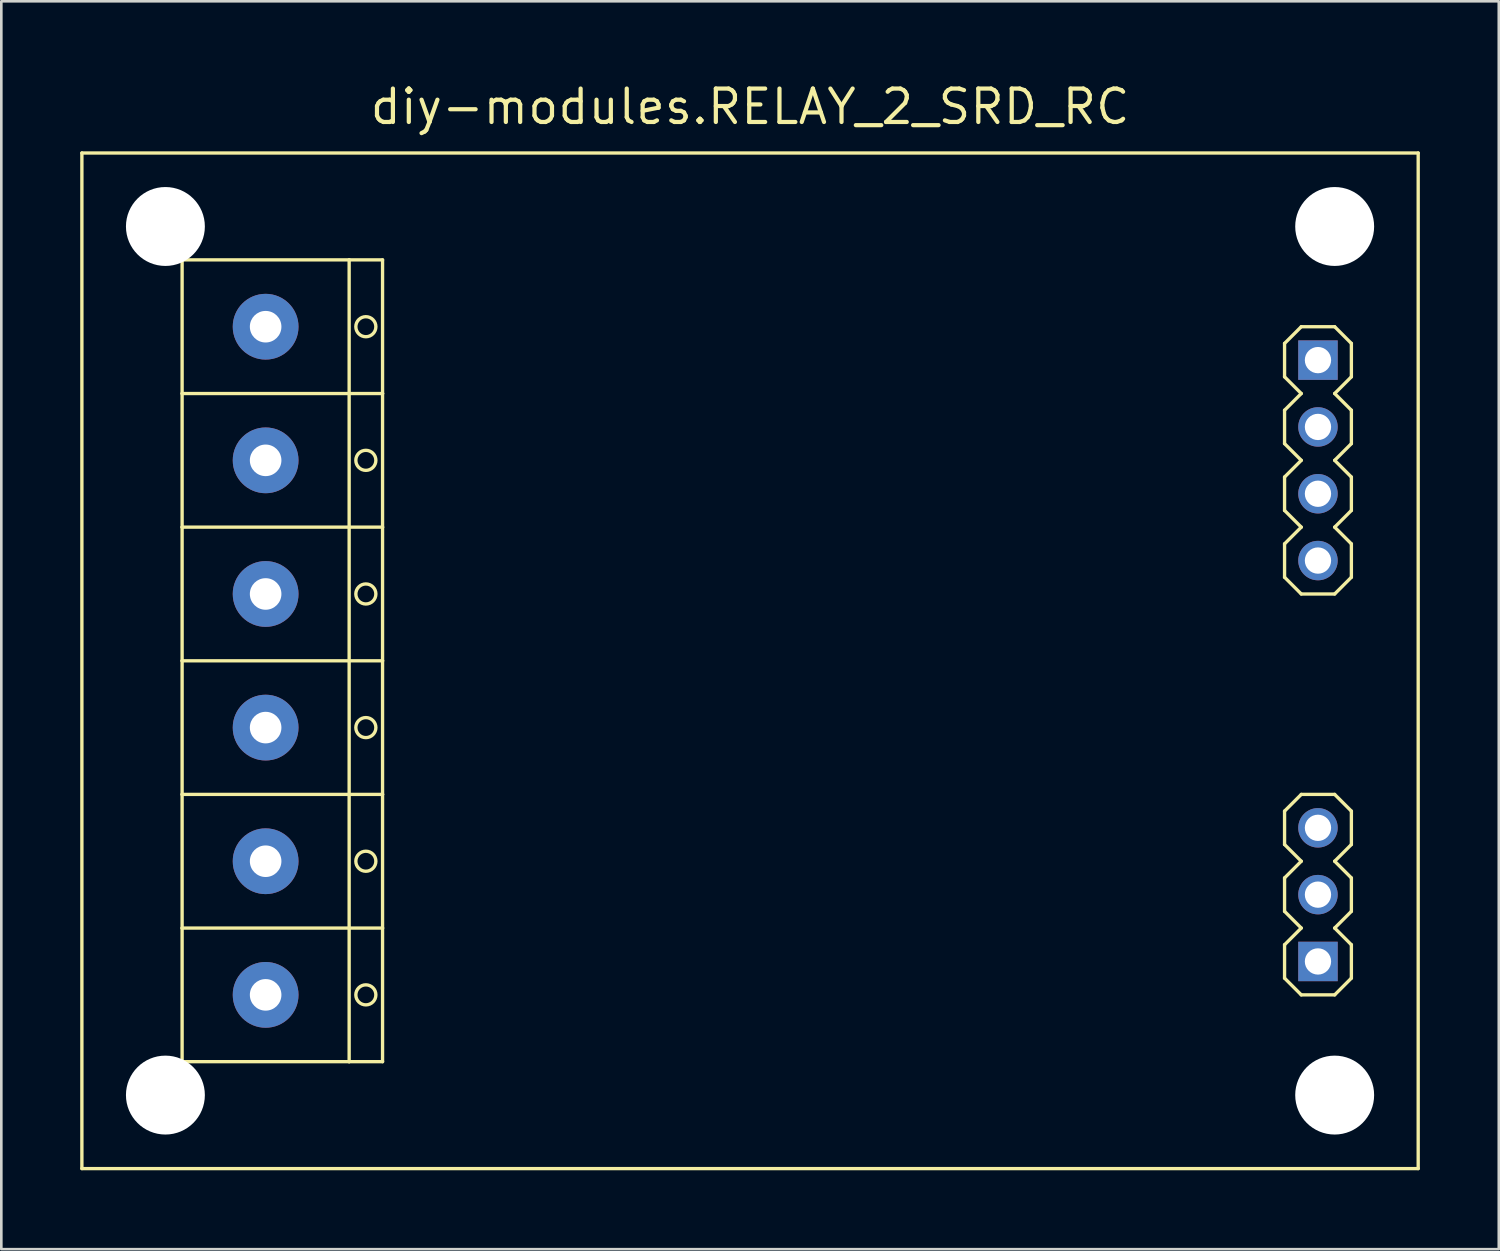
<source format=kicad_pcb>
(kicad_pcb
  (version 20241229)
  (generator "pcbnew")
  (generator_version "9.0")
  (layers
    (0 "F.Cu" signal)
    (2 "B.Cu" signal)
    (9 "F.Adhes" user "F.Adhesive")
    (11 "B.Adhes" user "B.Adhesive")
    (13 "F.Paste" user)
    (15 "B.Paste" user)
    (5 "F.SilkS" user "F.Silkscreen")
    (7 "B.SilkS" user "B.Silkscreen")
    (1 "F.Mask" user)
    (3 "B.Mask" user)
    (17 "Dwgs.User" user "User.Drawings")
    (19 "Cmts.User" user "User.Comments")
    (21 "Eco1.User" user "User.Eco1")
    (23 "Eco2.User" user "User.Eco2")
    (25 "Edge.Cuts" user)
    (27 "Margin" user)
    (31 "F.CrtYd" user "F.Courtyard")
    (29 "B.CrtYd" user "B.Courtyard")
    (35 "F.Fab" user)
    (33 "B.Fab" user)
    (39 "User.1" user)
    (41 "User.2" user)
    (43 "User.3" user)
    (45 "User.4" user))
  (footprint "diy-modules.RELAY_2_SRD_RC"
    (layer "F.Cu")
    (at 25.463 22.07)
    (property "Reference" "diy-modules.RELAY_2_SRD_RC" (at 0 -20.32 0) (layer "F.SilkS") (effects (font (size 1.27 1.27) (thickness 0.16)) (justify bottom)))
    (attr through_hole)
    (fp_line (start -25.4 -19.304) (end 25.4 -19.304) (stroke (width 0.127) (type default)) (layer "F.SilkS"))
    (fp_line (start -25.4 19.304) (end -25.4 -19.304) (stroke (width 0.127) (type default)) (layer "F.SilkS"))
    (fp_line (start -21.59 -15.24) (end -15.24 -15.24) (stroke (width 0.127) (type default)) (layer "F.SilkS"))
    (fp_line (start -21.59 -10.16) (end -21.59 -15.24) (stroke (width 0.127) (type default)) (layer "F.SilkS"))
    (fp_line (start -21.59 -5.08) (end -21.59 -10.16) (stroke (width 0.127) (type default)) (layer "F.SilkS"))
    (fp_line (start -21.59 -5.08) (end -21.59 0) (stroke (width 0.127) (type default)) (layer "F.SilkS"))
    (fp_line (start -21.59 0) (end -21.59 5.08) (stroke (width 0.127) (type default)) (layer "F.SilkS"))
    (fp_line (start -21.59 0) (end -13.97 0) (stroke (width 0.127) (type default)) (layer "F.SilkS"))
    (fp_line (start -21.59 5.08) (end -21.59 10.16) (stroke (width 0.127) (type default)) (layer "F.SilkS"))
    (fp_line (start -21.59 5.08) (end -13.97 5.08) (stroke (width 0.127) (type default)) (layer "F.SilkS"))
    (fp_line (start -21.59 10.16) (end -21.59 15.24) (stroke (width 0.127) (type default)) (layer "F.SilkS"))
    (fp_line (start -21.59 10.16) (end -13.97 10.16) (stroke (width 0.127) (type default)) (layer "F.SilkS"))
    (fp_line (start -21.59 15.24) (end -15.24 15.24) (stroke (width 0.127) (type default)) (layer "F.SilkS"))
    (fp_line (start -15.24 -15.24) (end -15.24 15.24) (stroke (width 0.127) (type default)) (layer "F.SilkS"))
    (fp_line (start -15.24 -15.24) (end -13.97 -15.24) (stroke (width 0.127) (type default)) (layer "F.SilkS"))
    (fp_line (start -15.24 15.24) (end -13.97 15.24) (stroke (width 0.127) (type default)) (layer "F.SilkS"))
    (fp_line (start -13.97 -15.24) (end -13.97 -10.16) (stroke (width 0.127) (type default)) (layer "F.SilkS"))
    (fp_line (start -13.97 -10.16) (end -21.59 -10.16) (stroke (width 0.127) (type default)) (layer "F.SilkS"))
    (fp_line (start -13.97 -10.16) (end -13.97 -5.08) (stroke (width 0.127) (type default)) (layer "F.SilkS"))
    (fp_line (start -13.97 -5.08) (end -21.59 -5.08) (stroke (width 0.127) (type default)) (layer "F.SilkS"))
    (fp_line (start -13.97 0) (end -13.97 -5.08) (stroke (width 0.127) (type default)) (layer "F.SilkS"))
    (fp_line (start -13.97 5.08) (end -13.97 0) (stroke (width 0.127) (type default)) (layer "F.SilkS"))
    (fp_line (start -13.97 10.16) (end -13.97 5.08) (stroke (width 0.127) (type default)) (layer "F.SilkS"))
    (fp_line (start -13.97 15.24) (end -13.97 10.16) (stroke (width 0.127) (type default)) (layer "F.SilkS"))
    (fp_line (start 20.32 -12.065) (end 20.955 -12.7) (stroke (width 0.127) (type default)) (layer "F.SilkS"))
    (fp_line (start 20.32 -10.795) (end 20.32 -12.065) (stroke (width 0.127) (type default)) (layer "F.SilkS"))
    (fp_line (start 20.32 -9.525) (end 20.955 -10.16) (stroke (width 0.127) (type default)) (layer "F.SilkS"))
    (fp_line (start 20.32 -8.255) (end 20.32 -9.525) (stroke (width 0.127) (type default)) (layer "F.SilkS"))
    (fp_line (start 20.32 -6.985) (end 20.955 -7.62) (stroke (width 0.127) (type default)) (layer "F.SilkS"))
    (fp_line (start 20.32 -5.715) (end 20.32 -6.985) (stroke (width 0.127) (type default)) (layer "F.SilkS"))
    (fp_line (start 20.32 -4.445) (end 20.955 -5.08) (stroke (width 0.127) (type default)) (layer "F.SilkS"))
    (fp_line (start 20.32 -3.175) (end 20.32 -4.445) (stroke (width 0.127) (type default)) (layer "F.SilkS"))
    (fp_line (start 20.32 5.715) (end 20.955 5.08) (stroke (width 0.127) (type default)) (layer "F.SilkS"))
    (fp_line (start 20.32 6.985) (end 20.32 5.715) (stroke (width 0.127) (type default)) (layer "F.SilkS"))
    (fp_line (start 20.32 8.255) (end 20.955 7.62) (stroke (width 0.127) (type default)) (layer "F.SilkS"))
    (fp_line (start 20.32 9.525) (end 20.32 8.255) (stroke (width 0.127) (type default)) (layer "F.SilkS"))
    (fp_line (start 20.32 10.795) (end 20.955 10.16) (stroke (width 0.127) (type default)) (layer "F.SilkS"))
    (fp_line (start 20.32 12.065) (end 20.32 10.795) (stroke (width 0.127) (type default)) (layer "F.SilkS"))
    (fp_line (start 20.955 -12.7) (end 22.225 -12.7) (stroke (width 0.127) (type default)) (layer "F.SilkS"))
    (fp_line (start 20.955 -10.16) (end 20.32 -10.795) (stroke (width 0.127) (type default)) (layer "F.SilkS"))
    (fp_line (start 20.955 -7.62) (end 20.32 -8.255) (stroke (width 0.127) (type default)) (layer "F.SilkS"))
    (fp_line (start 20.955 -5.08) (end 20.32 -5.715) (stroke (width 0.127) (type default)) (layer "F.SilkS"))
    (fp_line (start 20.955 -2.54) (end 20.32 -3.175) (stroke (width 0.127) (type default)) (layer "F.SilkS"))
    (fp_line (start 20.955 5.08) (end 22.225 5.08) (stroke (width 0.127) (type default)) (layer "F.SilkS"))
    (fp_line (start 20.955 7.62) (end 20.32 6.985) (stroke (width 0.127) (type default)) (layer "F.SilkS"))
    (fp_line (start 20.955 10.16) (end 20.32 9.525) (stroke (width 0.127) (type default)) (layer "F.SilkS"))
    (fp_line (start 20.955 12.7) (end 20.32 12.065) (stroke (width 0.127) (type default)) (layer "F.SilkS"))
    (fp_line (start 22.225 -12.7) (end 22.86 -12.065) (stroke (width 0.127) (type default)) (layer "F.SilkS"))
    (fp_line (start 22.225 -10.16) (end 22.86 -9.525) (stroke (width 0.127) (type default)) (layer "F.SilkS"))
    (fp_line (start 22.225 -7.62) (end 22.86 -6.985) (stroke (width 0.127) (type default)) (layer "F.SilkS"))
    (fp_line (start 22.225 -5.08) (end 22.86 -4.445) (stroke (width 0.127) (type default)) (layer "F.SilkS"))
    (fp_line (start 22.225 -2.54) (end 20.955 -2.54) (stroke (width 0.127) (type default)) (layer "F.SilkS"))
    (fp_line (start 22.225 5.08) (end 22.86 5.715) (stroke (width 0.127) (type default)) (layer "F.SilkS"))
    (fp_line (start 22.225 7.62) (end 22.86 8.255) (stroke (width 0.127) (type default)) (layer "F.SilkS"))
    (fp_line (start 22.225 10.16) (end 22.86 10.795) (stroke (width 0.127) (type default)) (layer "F.SilkS"))
    (fp_line (start 22.225 12.7) (end 20.955 12.7) (stroke (width 0.127) (type default)) (layer "F.SilkS"))
    (fp_line (start 22.86 -12.065) (end 22.86 -10.795) (stroke (width 0.127) (type default)) (layer "F.SilkS"))
    (fp_line (start 22.86 -10.795) (end 22.225 -10.16) (stroke (width 0.127) (type default)) (layer "F.SilkS"))
    (fp_line (start 22.86 -9.525) (end 22.86 -8.255) (stroke (width 0.127) (type default)) (layer "F.SilkS"))
    (fp_line (start 22.86 -8.255) (end 22.225 -7.62) (stroke (width 0.127) (type default)) (layer "F.SilkS"))
    (fp_line (start 22.86 -6.985) (end 22.86 -5.715) (stroke (width 0.127) (type default)) (layer "F.SilkS"))
    (fp_line (start 22.86 -5.715) (end 22.225 -5.08) (stroke (width 0.127) (type default)) (layer "F.SilkS"))
    (fp_line (start 22.86 -4.445) (end 22.86 -3.175) (stroke (width 0.127) (type default)) (layer "F.SilkS"))
    (fp_line (start 22.86 -3.175) (end 22.225 -2.54) (stroke (width 0.127) (type default)) (layer "F.SilkS"))
    (fp_line (start 22.86 5.715) (end 22.86 6.985) (stroke (width 0.127) (type default)) (layer "F.SilkS"))
    (fp_line (start 22.86 6.985) (end 22.225 7.62) (stroke (width 0.127) (type default)) (layer "F.SilkS"))
    (fp_line (start 22.86 8.255) (end 22.86 9.525) (stroke (width 0.127) (type default)) (layer "F.SilkS"))
    (fp_line (start 22.86 9.525) (end 22.225 10.16) (stroke (width 0.127) (type default)) (layer "F.SilkS"))
    (fp_line (start 22.86 10.795) (end 22.86 12.065) (stroke (width 0.127) (type default)) (layer "F.SilkS"))
    (fp_line (start 22.86 12.065) (end 22.225 12.7) (stroke (width 0.127) (type default)) (layer "F.SilkS"))
    (fp_line (start 25.4 -19.304) (end 25.4 19.304) (stroke (width 0.127) (type default)) (layer "F.SilkS"))
    (fp_line (start 25.4 19.304) (end -25.4 19.304) (stroke (width 0.127) (type default)) (layer "F.SilkS"))
    (fp_circle (center -14.605 -12.7) (end -14.224 -12.7) (stroke (width 0.127) (type default)) (fill no) (layer "F.SilkS"))
    (fp_circle (center -14.605 -7.62) (end -14.224 -7.62) (stroke (width 0.127) (type default)) (fill no) (layer "F.SilkS"))
    (fp_circle (center -14.605 -2.54) (end -14.224 -2.54) (stroke (width 0.127) (type default)) (fill no) (layer "F.SilkS"))
    (fp_circle (center -14.605 2.54) (end -14.224 2.54) (stroke (width 0.127) (type default)) (fill no) (layer "F.SilkS"))
    (fp_circle (center -14.605 7.62) (end -14.224 7.62) (stroke (width 0.127) (type default)) (fill no) (layer "F.SilkS"))
    (fp_circle (center -14.605 12.7) (end -14.224 12.7) (stroke (width 0.127) (type default)) (fill no) (layer "F.SilkS"))
    (pad "" np_thru_hole circle (at -22.225 -16.51) (size 3 3) (drill 3) (layers "*.Cu" "*.Mask"))
    (pad "" np_thru_hole circle (at -22.225 16.51) (size 3 3) (drill 3) (layers "*.Cu" "*.Mask"))
    (pad "" np_thru_hole circle (at 22.225 -16.51) (size 3 3) (drill 3) (layers "*.Cu" "*.Mask"))
    (pad "" np_thru_hole circle (at 22.225 16.51) (size 3 3) (drill 3) (layers "*.Cu" "*.Mask"))
    (pad "J1.1" thru_hole rect (at 21.59 -11.43) (size 1.5 1.5) (drill 1) (layers "*.Cu" "*.Mask"))
    (pad "J1.2" thru_hole circle (at 21.59 -8.89) (size 1.5 1.5) (drill 1) (layers "*.Cu" "*.Mask"))
    (pad "J1.3" thru_hole circle (at 21.59 -6.35) (size 1.5 1.5) (drill 1) (layers "*.Cu" "*.Mask"))
    (pad "J1.4" thru_hole circle (at 21.59 -3.81) (size 1.5 1.5) (drill 1) (layers "*.Cu" "*.Mask"))
    (pad "J2.1" thru_hole rect (at 21.59 11.43) (size 1.5 1.5) (drill 1) (layers "*.Cu" "*.Mask"))
    (pad "J2.2" thru_hole circle (at 21.59 8.89) (size 1.5 1.5) (drill 1) (layers "*.Cu" "*.Mask"))
    (pad "J2.3" thru_hole circle (at 21.59 6.35) (size 1.5 1.5) (drill 1) (layers "*.Cu" "*.Mask"))
    (pad "P1.1" thru_hole circle (at -18.415 -12.7) (size 2.5 2.5) (drill 1.2) (layers "*.Cu" "*.Mask"))
    (pad "P1.2" thru_hole circle (at -18.415 -7.62) (size 2.5 2.5) (drill 1.2) (layers "*.Cu" "*.Mask"))
    (pad "P1.3" thru_hole circle (at -18.415 -2.54) (size 2.5 2.5) (drill 1.2) (layers "*.Cu" "*.Mask"))
    (pad "P1.4" thru_hole circle (at -18.415 2.54) (size 2.5 2.5) (drill 1.2) (layers "*.Cu" "*.Mask"))
    (pad "P1.5" thru_hole circle (at -18.415 7.62) (size 2.5 2.5) (drill 1.2) (layers "*.Cu" "*.Mask"))
    (pad "P1.6" thru_hole circle (at -18.415 12.7) (size 2.5 2.5) (drill 1.2) (layers "*.Cu" "*.Mask")))
  (gr_rect
    (start -3 -3)
    (end 53.927 44.438)
    (stroke (width 0.1) (type default))
    (fill no)
    (layer "Edge.Cuts")))
</source>
